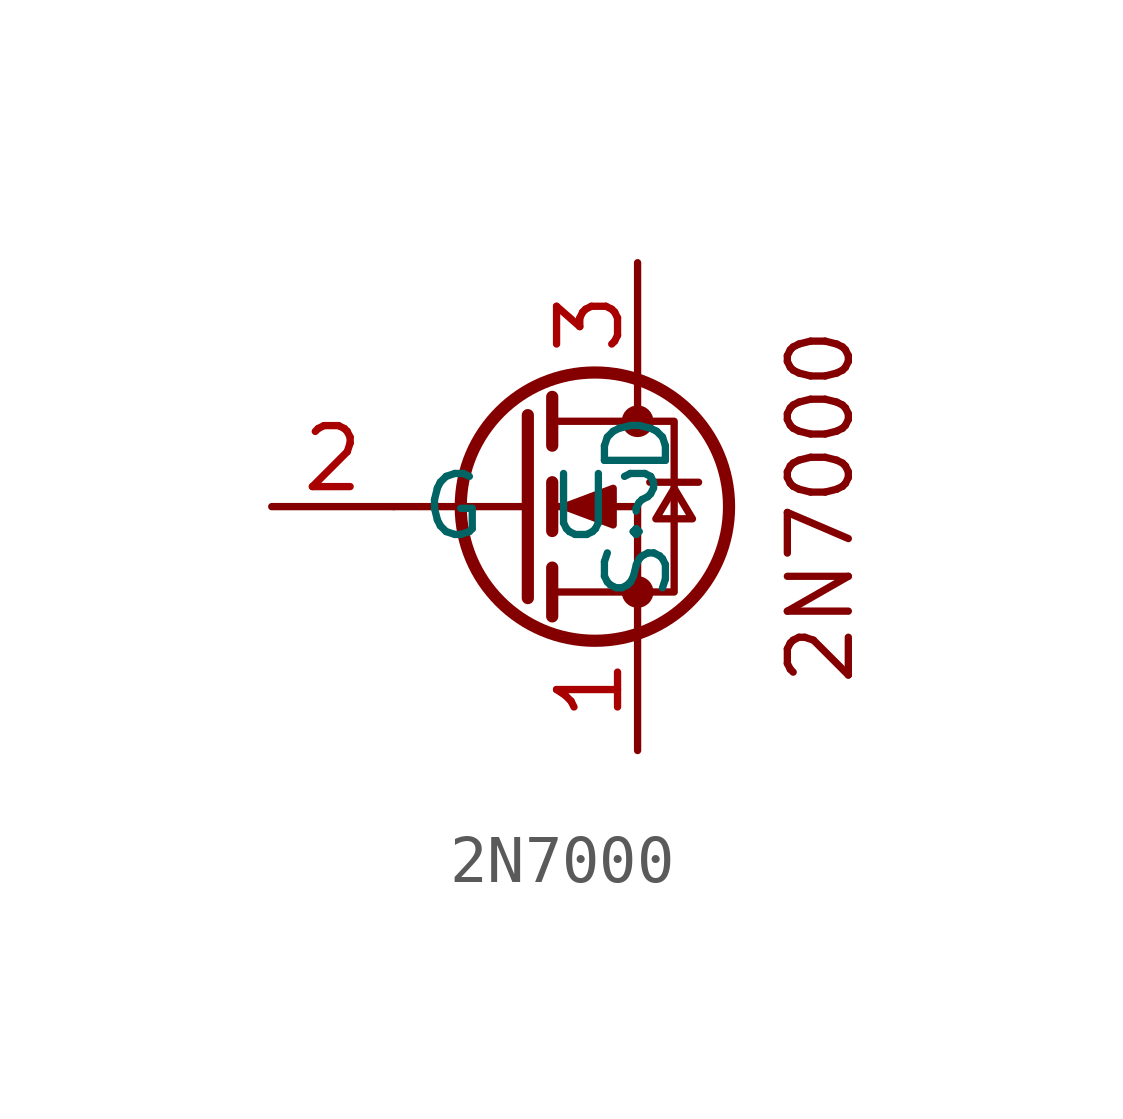
<source format=kicad_sym>
(kicad_symbol_lib
  (version 20231120)
  (generator "kicad_symbol_editor")
  (generator_version "8.0")
  (symbol "2N7000"
    (property "Reference" "U"
      (at 0 0 0)
      (effects (font (size 1.27 1.27))))
    (property "Value" ""
      (at 0 0 0)
      (effects (font (size 1.27 1.27))))
    (symbol "2N7000_0_1"
      (circle (center -0.254 0) (radius 2.794) (stroke (width 0.254) (type default)) (fill (type none)))
      (polyline (pts (xy -1.651 0) (xy -4.445 0)) (stroke (width 0) (type default)) (fill (type none)))
      (polyline (pts (xy -1.651 1.905) (xy -1.651 -1.905)) (stroke (width 0.254) (type default)) (fill (type none)))
      (polyline (pts (xy -1.143 -1.27) (xy -1.143 -2.286)) (stroke (width 0.254) (type default)) (fill (type none)))
      (polyline (pts (xy -1.143 0.508) (xy -1.143 -0.508)) (stroke (width 0.254) (type default)) (fill (type none)))
      (polyline (pts (xy -1.143 2.286) (xy -1.143 1.27)) (stroke (width 0.254) (type default)) (fill (type none)))
      (polyline (pts (xy 0.635 2.54) (xy 0.635 1.778)) (stroke (width 0) (type default)) (fill (type none)))
      (polyline (pts (xy 0.889 0.508) (xy 1.905 0.508)) (stroke (width 0) (type default)) (fill (type none)))
      (polyline (pts (xy 0.635 -2.54) (xy 0.635 0) (xy -1.143 0)) (stroke (width 0) (type default)) (fill (type none)))
      (polyline (pts (xy -1.143 -1.778) (xy 1.397 -1.778) (xy 1.397 1.778) (xy -1.143 1.778)) (stroke (width 0) (type default)) (fill (type none)))
      (polyline (pts (xy -0.889 0) (xy 0.127 0.381) (xy 0.127 -0.381) (xy -0.889 0)) (stroke (width 0) (type default)) (fill (type outline)))
      (polyline (pts (xy 1.397 0.381) (xy 1.016 -0.254) (xy 1.778 -0.254) (xy 1.397 0.381)) (stroke (width 0) (type default)) (fill (type none)))
      (circle (center 0.635 -1.778) (radius 0.254) (stroke (width 0) (type default)) (fill (type outline)))
      (circle (center 0.635 1.778) (radius 0.254) (stroke (width 0) (type default)) (fill (type outline))))
    (symbol "2N7000_1_1"
      (text "2N7000" (at 4.445 0 900) (effects (font (size 1.27 1.27))))
      (pin passive line (at 0.635 -5.08 90) (length 2.54) (name "S" (effects (font (size 1.27 1.27)))) (number "1" (effects (font (size 1.27 1.27)))))
      (pin passive line (at -6.985 0 0) (length 2.54) (name "G" (effects (font (size 1.27 1.27)))) (number "2" (effects (font (size 1.27 1.27)))))
      (pin passive line (at 0.635 5.08 270) (length 2.54) (name "D" (effects (font (size 1.27 1.27)))) (number "3" (effects (font (size 1.27 1.27))))))))
</source>
